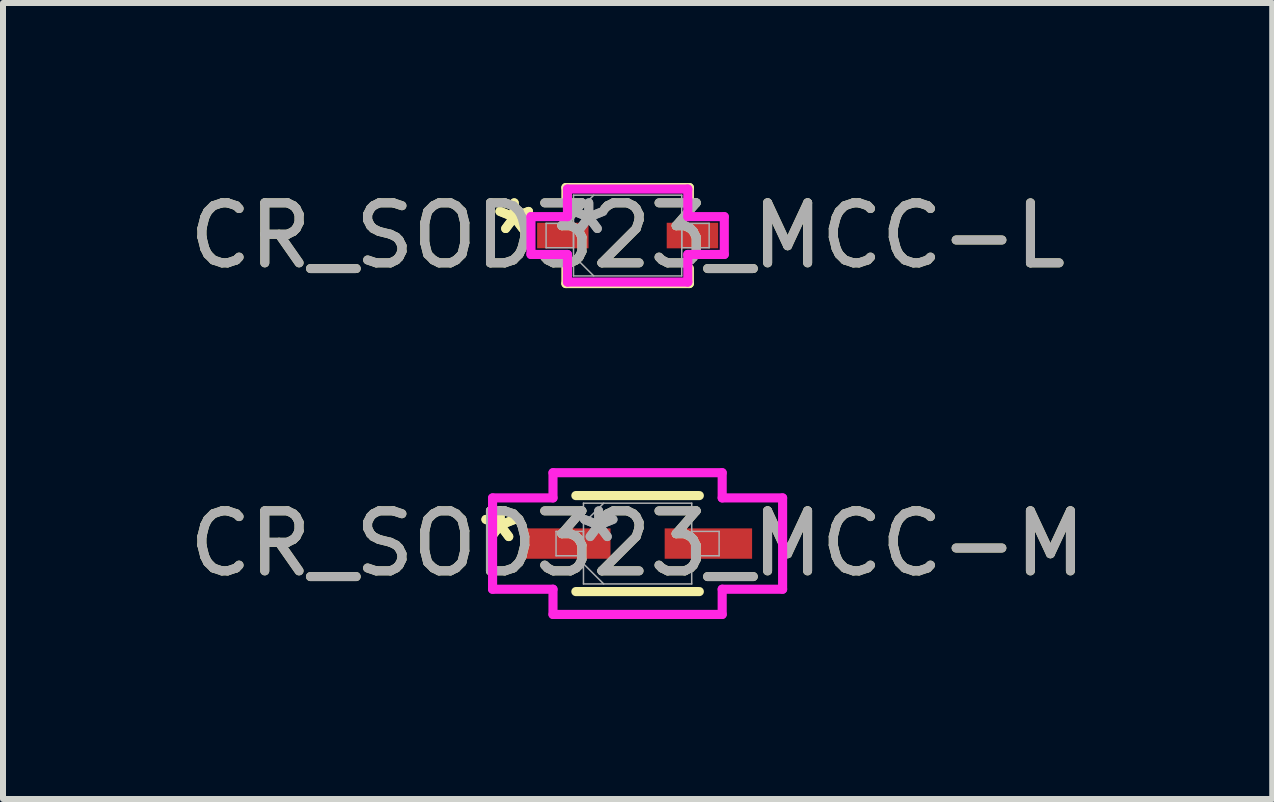
<source format=kicad_pcb>
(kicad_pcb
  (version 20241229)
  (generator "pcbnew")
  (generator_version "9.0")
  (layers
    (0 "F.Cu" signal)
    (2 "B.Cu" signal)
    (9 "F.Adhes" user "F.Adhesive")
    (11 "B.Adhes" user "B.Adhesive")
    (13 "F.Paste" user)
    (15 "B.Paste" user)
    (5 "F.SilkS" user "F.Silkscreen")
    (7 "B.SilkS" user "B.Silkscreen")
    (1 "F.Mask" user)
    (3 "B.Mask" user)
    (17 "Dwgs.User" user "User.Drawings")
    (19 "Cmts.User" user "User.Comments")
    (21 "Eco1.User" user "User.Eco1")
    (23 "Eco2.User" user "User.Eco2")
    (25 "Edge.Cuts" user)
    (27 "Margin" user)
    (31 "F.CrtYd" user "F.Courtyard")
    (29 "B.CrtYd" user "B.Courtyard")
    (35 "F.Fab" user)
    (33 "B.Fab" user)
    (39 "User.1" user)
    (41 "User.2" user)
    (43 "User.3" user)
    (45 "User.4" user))
  (footprint "CR_SOD323_MCC-M"
    (layer "F.Cu")
    (at 7.577 6.01)
    (property "Reference" "CR_SOD323_MCC-M" (at 0 0 0) (unlocked yes) (layer "F.SilkS") (effects (font (size 1 1) (thickness 0.15))))
    (attr smd)
    (fp_line (start -1.029 0.8) (end 1.029 0.8) (stroke (width 0.152) (type solid)) (layer "F.SilkS"))
    (fp_line (start 1.029 -0.8) (end -1.029 -0.8) (stroke (width 0.152) (type solid)) (layer "F.SilkS"))
    (fp_line (start -2.417 -0.761) (end -1.41 -0.761) (stroke (width 0.152) (type solid)) (layer "F.CrtYd"))
    (fp_line (start -2.417 0.761) (end -2.417 -0.761) (stroke (width 0.152) (type solid)) (layer "F.CrtYd"))
    (fp_line (start -1.41 -1.181) (end 1.41 -1.181) (stroke (width 0.152) (type solid)) (layer "F.CrtYd"))
    (fp_line (start -1.41 -0.761) (end -1.41 -1.181) (stroke (width 0.152) (type solid)) (layer "F.CrtYd"))
    (fp_line (start -1.41 0.761) (end -2.417 0.761) (stroke (width 0.152) (type solid)) (layer "F.CrtYd"))
    (fp_line (start -1.41 1.181) (end -1.41 0.761) (stroke (width 0.152) (type solid)) (layer "F.CrtYd"))
    (fp_line (start 1.41 -1.181) (end 1.41 -0.761) (stroke (width 0.152) (type solid)) (layer "F.CrtYd"))
    (fp_line (start 1.41 -0.761) (end 2.417 -0.761) (stroke (width 0.152) (type solid)) (layer "F.CrtYd"))
    (fp_line (start 1.41 0.761) (end 1.41 1.181) (stroke (width 0.152) (type solid)) (layer "F.CrtYd"))
    (fp_line (start 1.41 1.181) (end -1.41 1.181) (stroke (width 0.152) (type solid)) (layer "F.CrtYd"))
    (fp_line (start 2.417 -0.761) (end 2.417 0.761) (stroke (width 0.152) (type solid)) (layer "F.CrtYd"))
    (fp_line (start 2.417 0.761) (end 1.41 0.761) (stroke (width 0.152) (type solid)) (layer "F.CrtYd"))
    (fp_line (start -1.359 -0.203) (end -1.359 0.203) (stroke (width 0.025) (type solid)) (layer "F.Fab"))
    (fp_line (start -1.359 0.203) (end -0.902 0.203) (stroke (width 0.025) (type solid)) (layer "F.Fab"))
    (fp_line (start -0.902 -0.673) (end -0.902 0.673) (stroke (width 0.025) (type solid)) (layer "F.Fab"))
    (fp_line (start -0.902 -0.337) (end -0.565 -0.673) (stroke (width 0.025) (type solid)) (layer "F.Fab"))
    (fp_line (start -0.902 -0.203) (end -1.359 -0.203) (stroke (width 0.025) (type solid)) (layer "F.Fab"))
    (fp_line (start -0.902 0.203) (end -0.902 -0.203) (stroke (width 0.025) (type solid)) (layer "F.Fab"))
    (fp_line (start -0.902 0.337) (end -0.565 0.673) (stroke (width 0.025) (type solid)) (layer "F.Fab"))
    (fp_line (start -0.902 0.673) (end 0.902 0.673) (stroke (width 0.025) (type solid)) (layer "F.Fab"))
    (fp_line (start 0.902 -0.673) (end -0.902 -0.673) (stroke (width 0.025) (type solid)) (layer "F.Fab"))
    (fp_line (start 0.902 -0.203) (end 0.902 0.203) (stroke (width 0.025) (type solid)) (layer "F.Fab"))
    (fp_line (start 0.902 0.203) (end 1.359 0.203) (stroke (width 0.025) (type solid)) (layer "F.Fab"))
    (fp_line (start 0.902 0.673) (end 0.902 -0.673) (stroke (width 0.025) (type solid)) (layer "F.Fab"))
    (fp_line (start 1.359 -0.203) (end 0.902 -0.203) (stroke (width 0.025) (type solid)) (layer "F.Fab"))
    (fp_line (start 1.359 0.203) (end 1.359 -0.203) (stroke (width 0.025) (type solid)) (layer "F.Fab"))
    (fp_text user "*" (at -2.29 0 0) (unlocked yes) (layer "F.SilkS") (effects (font (size 1 1) (thickness 0.15))))
    (fp_text user "*" (at -2.29 0 0) (layer "F.SilkS") (effects (font (size 1 1) (thickness 0.15))))
    (fp_text user "*" (at -0.648 0 0) (unlocked yes) (layer "F.Fab") (effects (font (size 1 1) (thickness 0.15))))
    (fp_text user "${REFERENCE}" (at 0 0 0) (unlocked yes) (layer "F.Fab") (effects (font (size 1 1) (thickness 0.15))))
    (fp_text user "*" (at -0.648 0 0) (layer "F.Fab") (effects (font (size 1 1) (thickness 0.15))))
    (pad "1" smd rect (at -1.18 0) (size 1.457 0.506) (layers "F.Cu" "F.Mask" "F.Paste"))
    (pad "2" smd rect (at 1.18 0) (size 1.457 0.506) (layers "F.Cu" "F.Mask" "F.Paste")))
  (footprint "CR_SOD323_MCC-L"
    (layer "F.Cu")
    (at 7.411 0.876)
    (property "Reference" "CR_SOD323_MCC-L" (at 0 0 0) (unlocked yes) (layer "F.SilkS") (effects (font (size 1 1) (thickness 0.15))))
    (attr smd)
    (fp_line (start -1.029 -0.8) (end -1.029 -0.546) (stroke (width 0.152) (type solid)) (layer "F.SilkS"))
    (fp_line (start -1.029 0.546) (end -1.029 0.8) (stroke (width 0.152) (type solid)) (layer "F.SilkS"))
    (fp_line (start -1.029 0.8) (end 1.029 0.8) (stroke (width 0.152) (type solid)) (layer "F.SilkS"))
    (fp_line (start 1.029 -0.8) (end -1.029 -0.8) (stroke (width 0.152) (type solid)) (layer "F.SilkS"))
    (fp_line (start 1.029 -0.546) (end 1.029 -0.8) (stroke (width 0.152) (type solid)) (layer "F.SilkS"))
    (fp_line (start 1.029 0.8) (end 1.029 0.546) (stroke (width 0.152) (type solid)) (layer "F.SilkS"))
    (fp_line (start -1.611 -0.315) (end -1.003 -0.315) (stroke (width 0.152) (type solid)) (layer "F.CrtYd"))
    (fp_line (start -1.611 0.315) (end -1.611 -0.315) (stroke (width 0.152) (type solid)) (layer "F.CrtYd"))
    (fp_line (start -1.003 -0.775) (end 1.003 -0.775) (stroke (width 0.152) (type solid)) (layer "F.CrtYd"))
    (fp_line (start -1.003 -0.315) (end -1.003 -0.775) (stroke (width 0.152) (type solid)) (layer "F.CrtYd"))
    (fp_line (start -1.003 0.315) (end -1.611 0.315) (stroke (width 0.152) (type solid)) (layer "F.CrtYd"))
    (fp_line (start -1.003 0.775) (end -1.003 0.315) (stroke (width 0.152) (type solid)) (layer "F.CrtYd"))
    (fp_line (start 1.003 -0.775) (end 1.003 -0.315) (stroke (width 0.152) (type solid)) (layer "F.CrtYd"))
    (fp_line (start 1.003 -0.315) (end 1.611 -0.315) (stroke (width 0.152) (type solid)) (layer "F.CrtYd"))
    (fp_line (start 1.003 0.315) (end 1.003 0.775) (stroke (width 0.152) (type solid)) (layer "F.CrtYd"))
    (fp_line (start 1.003 0.775) (end -1.003 0.775) (stroke (width 0.152) (type solid)) (layer "F.CrtYd"))
    (fp_line (start 1.611 -0.315) (end 1.611 0.315) (stroke (width 0.152) (type solid)) (layer "F.CrtYd"))
    (fp_line (start 1.611 0.315) (end 1.003 0.315) (stroke (width 0.152) (type solid)) (layer "F.CrtYd"))
    (fp_line (start -1.359 -0.203) (end -1.359 0.203) (stroke (width 0.025) (type solid)) (layer "F.Fab"))
    (fp_line (start -1.359 0.203) (end -0.902 0.203) (stroke (width 0.025) (type solid)) (layer "F.Fab"))
    (fp_line (start -0.902 -0.673) (end -0.902 0.673) (stroke (width 0.025) (type solid)) (layer "F.Fab"))
    (fp_line (start -0.902 -0.337) (end -0.565 -0.673) (stroke (width 0.025) (type solid)) (layer "F.Fab"))
    (fp_line (start -0.902 -0.203) (end -1.359 -0.203) (stroke (width 0.025) (type solid)) (layer "F.Fab"))
    (fp_line (start -0.902 0.203) (end -0.902 -0.203) (stroke (width 0.025) (type solid)) (layer "F.Fab"))
    (fp_line (start -0.902 0.337) (end -0.565 0.673) (stroke (width 0.025) (type solid)) (layer "F.Fab"))
    (fp_line (start -0.902 0.673) (end 0.902 0.673) (stroke (width 0.025) (type solid)) (layer "F.Fab"))
    (fp_line (start 0.902 -0.673) (end -0.902 -0.673) (stroke (width 0.025) (type solid)) (layer "F.Fab"))
    (fp_line (start 0.902 -0.203) (end 0.902 0.203) (stroke (width 0.025) (type solid)) (layer "F.Fab"))
    (fp_line (start 0.902 0.203) (end 1.359 0.203) (stroke (width 0.025) (type solid)) (layer "F.Fab"))
    (fp_line (start 0.902 0.673) (end 0.902 -0.673) (stroke (width 0.025) (type solid)) (layer "F.Fab"))
    (fp_line (start 1.359 -0.203) (end 0.902 -0.203) (stroke (width 0.025) (type solid)) (layer "F.Fab"))
    (fp_line (start 1.359 0.203) (end 1.359 -0.203) (stroke (width 0.025) (type solid)) (layer "F.Fab"))
    (fp_text user "*" (at -1.89 0 0) (layer "F.SilkS") (effects (font (size 1 1) (thickness 0.15))))
    (fp_text user "*" (at -1.89 0 0) (unlocked yes) (layer "F.SilkS") (effects (font (size 1 1) (thickness 0.15))))
    (fp_text user "*" (at -0.648 0 0) (unlocked yes) (layer "F.Fab") (effects (font (size 1 1) (thickness 0.15))))
    (fp_text user "${REFERENCE}" (at 0 0 0) (unlocked yes) (layer "F.Fab") (effects (font (size 1 1) (thickness 0.15))))
    (fp_text user "*" (at -0.648 0 0) (layer "F.Fab") (effects (font (size 1 1) (thickness 0.15))))
    (pad "1" smd rect (at -1.08 0) (size 0.857 0.426) (layers "F.Cu" "F.Mask" "F.Paste"))
    (pad "2" smd rect (at 1.08 0) (size 0.857 0.426) (layers "F.Cu" "F.Mask" "F.Paste")))
  (gr_rect
    (start -3 -3)
    (end 18.155 10.267)
    (stroke (width 0.1) (type default))
    (fill no)
    (layer "Edge.Cuts")))
</source>
